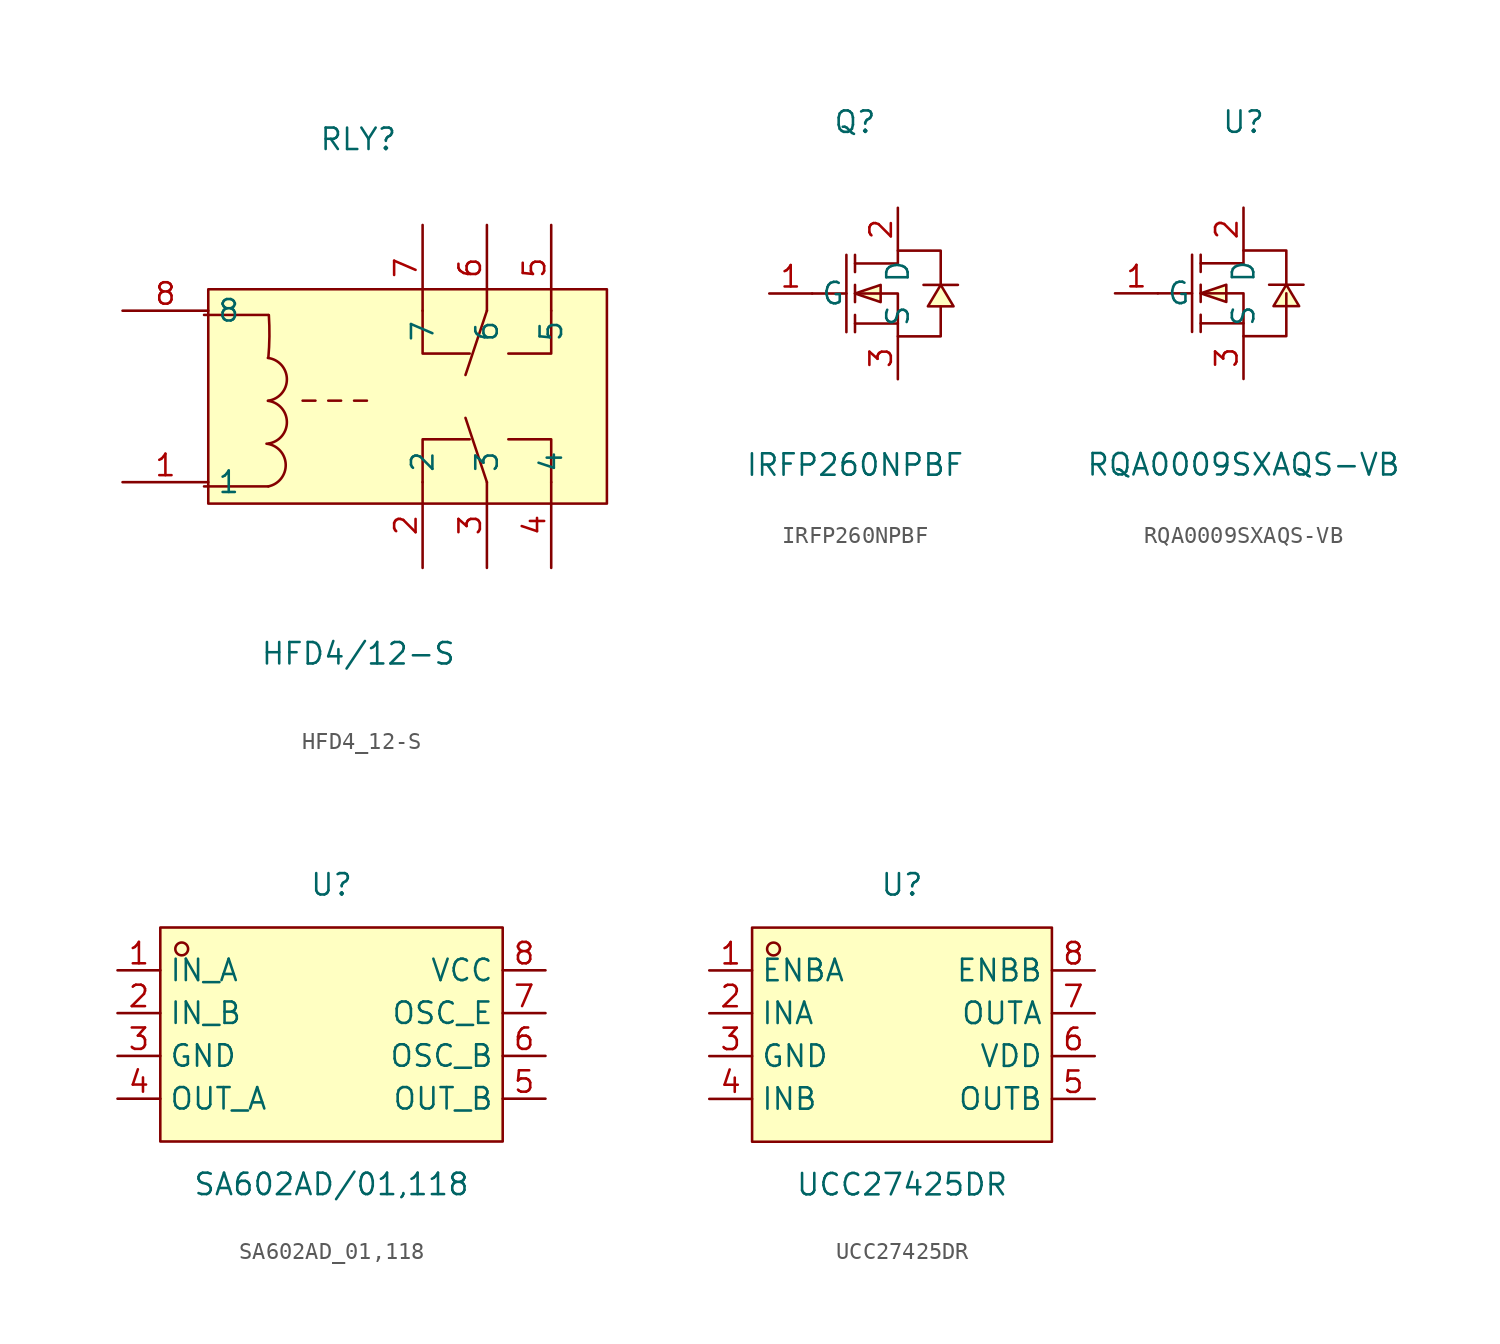
<source format=kicad_sym>
(kicad_symbol_lib
  (version 20211014)
  (generator https://github.com/uPesy/easyeda2kicad.py)
  (symbol "HFD4_12-S"
    (property "Reference" "RLY"
      (at 0 15.24 0)
      (effects (font (size 1.27 1.27))))
    (property "Value" "HFD4/12-S"
      (at 0 -15.24 0)
      (effects (font (size 1.27 1.27))))
    (symbol "HFD4_12-S_0_1"
      (rectangle (start -8.89 6.35) (end 14.73 -6.35) (stroke (width 0) (type default) (color 0 0 0 0)) (fill (type background)))
      (arc (start -5.33 -2.79) (mid -4.09 -2.18) (end -5.36 -0.26) (stroke (width 0) (type default) (color 0 0 0 0)) (fill (type none)))
      (arc (start -5.33 -0.25) (mid -4.09 0.36) (end -5.36 2.28) (stroke (width 0) (type default) (color 0 0 0 0)) (fill (type none)))
      (arc (start -5.33 2.29) (mid -5.35 2.08) (end -5.30 4.82) (stroke (width 0) (type default) (color 0 0 0 0)) (fill (type none)))
      (arc (start -5.33 -5.33) (mid -4.21 -3.23) (end -5.44 -2.80) (stroke (width 0) (type default) (color 0 0 0 0)) (fill (type none)))
      (polyline (pts (xy -5.33 2.29)) (stroke (width 0) (type default) (color 0 0 0 0)) (fill (type background)))
      (polyline (pts (xy -5.33 -0.25)) (stroke (width 0) (type default) (color 0 0 0 0)) (fill (type background)))
      (polyline (pts (xy -5.33 -2.79)) (stroke (width 0) (type default) (color 0 0 0 0)) (fill (type background)))
      (polyline (pts (xy -9.14 4.83) (xy -5.33 4.83)) (stroke (width 0) (type default) (color 0 0 0 0)) (fill (type none)))
      (polyline (pts (xy -5.33 -5.33) (xy -9.14 -5.33)) (stroke (width 0) (type default) (color 0 0 0 0)) (fill (type none)))
      (polyline (pts (xy 0.51 -0.25) (xy -0.25 -0.25)) (stroke (width 0) (type default) (color 0 0 0 0)) (fill (type none)))
      (polyline (pts (xy -2.54 -0.25) (xy -3.30 -0.25)) (stroke (width 0) (type default) (color 0 0 0 0)) (fill (type none)))
      (polyline (pts (xy -1.02 -0.25) (xy -1.78 -0.25)) (stroke (width 0) (type default) (color 0 0 0 0)) (fill (type none)))
      (polyline (pts (xy 3.81 5.08) (xy 3.81 2.54) (xy 6.60 2.54)) (stroke (width 0) (type default) (color 0 0 0 0)) (fill (type none)))
      (polyline (pts (xy 11.43 5.08) (xy 11.43 2.54) (xy 8.89 2.54)) (stroke (width 0) (type default) (color 0 0 0 0)) (fill (type none)))
      (polyline (pts (xy 3.81 -5.08) (xy 3.81 -2.54) (xy 6.60 -2.54)) (stroke (width 0) (type default) (color 0 0 0 0)) (fill (type none)))
      (polyline (pts (xy 8.89 -2.54) (xy 11.43 -2.54) (xy 11.43 -5.08)) (stroke (width 0) (type default) (color 0 0 0 0)) (fill (type none)))
      (polyline (pts (xy 7.62 -5.08) (xy 6.35 -1.27)) (stroke (width 0) (type default) (color 0 0 0 0)) (fill (type none)))
      (polyline (pts (xy 7.62 5.08) (xy 6.35 1.27)) (stroke (width 0) (type default) (color 0 0 0 0)) (fill (type none)))
      (pin unspecified line (at -13.97 -5.08 0) (length 5.08) (name "1" (effects (font (size 1.27 1.27)))) (number "1" (effects (font (size 1.27 1.27)))))
      (pin unspecified line (at -13.97 5.08 0) (length 5.08) (name "8" (effects (font (size 1.27 1.27)))) (number "8" (effects (font (size 1.27 1.27)))))
      (pin unspecified line (at 3.81 -10.16 90) (length 5.08) (name "2" (effects (font (size 1.27 1.27)))) (number "2" (effects (font (size 1.27 1.27)))))
      (pin unspecified line (at 7.62 -10.16 90) (length 5.08) (name "3" (effects (font (size 1.27 1.27)))) (number "3" (effects (font (size 1.27 1.27)))))
      (pin unspecified line (at 11.43 -10.16 90) (length 5.08) (name "4" (effects (font (size 1.27 1.27)))) (number "4" (effects (font (size 1.27 1.27)))))
      (pin unspecified line (at 11.43 10.16 270) (length 5.08) (name "5" (effects (font (size 1.27 1.27)))) (number "5" (effects (font (size 1.27 1.27)))))
      (pin unspecified line (at 7.62 10.16 270) (length 5.08) (name "6" (effects (font (size 1.27 1.27)))) (number "6" (effects (font (size 1.27 1.27)))))
      (pin unspecified line (at 3.81 10.16 270) (length 5.08) (name "7" (effects (font (size 1.27 1.27)))) (number "7" (effects (font (size 1.27 1.27)))))))
  (symbol "IRFP260NPBF"
    (property "Reference" "Q"
      (at 0 10.16 0)
      (effects (font (size 1.27 1.27))))
    (property "Value" "IRFP260NPBF"
      (at 0 -10.16 0)
      (effects (font (size 1.27 1.27))))
    (symbol "IRFP260NPBF_0_1"
      (polyline (pts (xy 0.00 1.78) (xy 2.54 1.78) (xy 2.54 2.54) (xy 5.08 2.54) (xy 5.08 0.51)) (stroke (width 0) (type default) (color 0 0 0 0)) (fill (type none)))
      (polyline (pts (xy 0.00 -0.00) (xy 2.54 -0.00) (xy 2.54 -2.54) (xy 5.08 -2.54) (xy 5.08 -0.76)) (stroke (width 0) (type default) (color 0 0 0 0)) (fill (type none)))
      (polyline (pts (xy 2.54 -1.78) (xy 0.00 -1.78)) (stroke (width 0) (type default) (color 0 0 0 0)) (fill (type none)))
      (polyline (pts (xy -0.51 2.29) (xy -0.51 -2.29)) (stroke (width 0) (type default) (color 0 0 0 0)) (fill (type none)))
      (polyline (pts (xy 0.00 2.29) (xy 0.00 1.27)) (stroke (width 0) (type default) (color 0 0 0 0)) (fill (type none)))
      (polyline (pts (xy 0.00 -0.51) (xy 0.00 0.51)) (stroke (width 0) (type default) (color 0 0 0 0)) (fill (type none)))
      (polyline (pts (xy 0.00 -2.29) (xy 0.00 -1.27)) (stroke (width 0) (type default) (color 0 0 0 0)) (fill (type none)))
      (polyline (pts (xy -2.54 -0.00) (xy -0.51 -0.00)) (stroke (width 0) (type default) (color 0 0 0 0)) (fill (type none)))
      (polyline (pts (xy 6.10 0.51) (xy 5.59 0.51) (xy 4.57 0.51) (xy 4.06 0.51)) (stroke (width 0) (type default) (color 0 0 0 0)) (fill (type none)))
      (polyline (pts (xy 0.00 -0.00) (xy 1.52 -0.51) (xy 1.52 0.51) (xy 0.00 -0.00)) (stroke (width 0) (type default) (color 0 0 0 0)) (fill (type background)))
      (polyline (pts (xy 5.08 0.51) (xy 4.32 -0.76) (xy 5.84 -0.76) (xy 5.08 0.51)) (stroke (width 0) (type default) (color 0 0 0 0)) (fill (type background)))
      (pin unspecified line (at 2.54 5.08 270) (length 2.54) (name "D" (effects (font (size 1.27 1.27)))) (number "2" (effects (font (size 1.27 1.27)))))
      (pin unspecified line (at -5.08 -0.00 0) (length 2.54) (name "G" (effects (font (size 1.27 1.27)))) (number "1" (effects (font (size 1.27 1.27)))))
      (pin unspecified line (at 2.54 -5.08 90) (length 2.54) (name "S" (effects (font (size 1.27 1.27)))) (number "3" (effects (font (size 1.27 1.27)))))))
  (symbol "RQA0009SXAQS-VB"
    (property "Reference" "U"
      (at 0 10.16 0)
      (effects (font (size 1.27 1.27))))
    (property "Value" "RQA0009SXAQS-VB"
      (at 0 -10.16 0)
      (effects (font (size 1.27 1.27))))
    (symbol "RQA0009SXAQS-VB_0_1"
      (polyline (pts (xy 3.56 0.51) (xy 3.05 0.51) (xy 2.03 0.51) (xy 1.52 0.51)) (stroke (width 0) (type default) (color 0 0 0 0)) (fill (type none)))
      (polyline (pts (xy -5.08 -0.00) (xy -3.05 -0.00)) (stroke (width 0) (type default) (color 0 0 0 0)) (fill (type none)))
      (polyline (pts (xy -2.54 -2.29) (xy -2.54 -1.27)) (stroke (width 0) (type default) (color 0 0 0 0)) (fill (type none)))
      (polyline (pts (xy -2.54 -0.51) (xy -2.54 0.51)) (stroke (width 0) (type default) (color 0 0 0 0)) (fill (type none)))
      (polyline (pts (xy -2.54 2.29) (xy -2.54 1.27)) (stroke (width 0) (type default) (color 0 0 0 0)) (fill (type none)))
      (polyline (pts (xy -3.05 2.29) (xy -3.05 -2.29)) (stroke (width 0) (type default) (color 0 0 0 0)) (fill (type none)))
      (polyline (pts (xy 0.00 -1.78) (xy -2.54 -1.78)) (stroke (width 0) (type default) (color 0 0 0 0)) (fill (type none)))
      (polyline (pts (xy -2.54 -0.00) (xy 0.00 -0.00) (xy 0.00 -2.54) (xy 2.54 -2.54) (xy 2.54 -2.54) (xy 2.54 -0.00)) (stroke (width 0) (type default) (color 0 0 0 0)) (fill (type none)))
      (polyline (pts (xy -2.54 1.78) (xy 0.00 1.78) (xy 0.00 2.54) (xy 2.54 2.54) (xy 2.54 2.54) (xy 2.54 0.51)) (stroke (width 0) (type default) (color 0 0 0 0)) (fill (type none)))
      (polyline (pts (xy 2.54 0.51) (xy 1.78 -0.76) (xy 3.30 -0.76) (xy 2.54 0.51)) (stroke (width 0) (type default) (color 0 0 0 0)) (fill (type background)))
      (polyline (pts (xy -2.54 -0.00) (xy -1.02 -0.51) (xy -1.02 0.51) (xy -2.54 -0.00)) (stroke (width 0) (type default) (color 0 0 0 0)) (fill (type background)))
      (pin unspecified line (at 0.00 -5.08 90) (length 2.54) (name "S" (effects (font (size 1.27 1.27)))) (number "3" (effects (font (size 1.27 1.27)))))
      (pin unspecified line (at -7.62 -0.00 0) (length 2.54) (name "G" (effects (font (size 1.27 1.27)))) (number "1" (effects (font (size 1.27 1.27)))))
      (pin unspecified line (at 0.00 5.08 270) (length 2.54) (name "D" (effects (font (size 1.27 1.27)))) (number "2" (effects (font (size 1.27 1.27)))))))
  (symbol "SA602AD_01,118"
    (property "Reference" "U"
      (at 0 8.89 0)
      (effects (font (size 1.27 1.27))))
    (property "Value" "SA602AD/01,118"
      (at 0 -8.89 0)
      (effects (font (size 1.27 1.27))))
    (symbol "SA602AD_01,118_0_1"
      (rectangle (start -10.16 6.35) (end 10.16 -6.35) (stroke (width 0) (type default) (color 0 0 0 0)) (fill (type background)))
      (circle (center -8.89 5.08) (radius 0.38) (stroke (width 0) (type default) (color 0 0 0 0)) (fill (type none)))
      (pin unspecified line (at -12.70 3.81 0) (length 2.54) (name "IN_A" (effects (font (size 1.27 1.27)))) (number "1" (effects (font (size 1.27 1.27)))))
      (pin unspecified line (at -12.70 1.27 0) (length 2.54) (name "IN_B" (effects (font (size 1.27 1.27)))) (number "2" (effects (font (size 1.27 1.27)))))
      (pin unspecified line (at -12.70 -1.27 0) (length 2.54) (name "GND" (effects (font (size 1.27 1.27)))) (number "3" (effects (font (size 1.27 1.27)))))
      (pin unspecified line (at -12.70 -3.81 0) (length 2.54) (name "OUT_A" (effects (font (size 1.27 1.27)))) (number "4" (effects (font (size 1.27 1.27)))))
      (pin unspecified line (at 12.70 -3.81 180) (length 2.54) (name "OUT_B" (effects (font (size 1.27 1.27)))) (number "5" (effects (font (size 1.27 1.27)))))
      (pin unspecified line (at 12.70 -1.27 180) (length 2.54) (name "OSC_B" (effects (font (size 1.27 1.27)))) (number "6" (effects (font (size 1.27 1.27)))))
      (pin unspecified line (at 12.70 1.27 180) (length 2.54) (name "OSC_E" (effects (font (size 1.27 1.27)))) (number "7" (effects (font (size 1.27 1.27)))))
      (pin unspecified line (at 12.70 3.81 180) (length 2.54) (name "VCC" (effects (font (size 1.27 1.27)))) (number "8" (effects (font (size 1.27 1.27)))))))
  (symbol "UCC27425DR"
    (property "Reference" "U"
      (at 0 8.89 0)
      (effects (font (size 1.27 1.27))))
    (property "Value" "UCC27425DR"
      (at 0 -8.89 0)
      (effects (font (size 1.27 1.27))))
    (symbol "UCC27425DR_0_1"
      (rectangle (start -8.89 6.35) (end 8.89 -6.35) (stroke (width 0) (type default) (color 0 0 0 0)) (fill (type background)))
      (circle (center -7.62 5.08) (radius 0.38) (stroke (width 0) (type default) (color 0 0 0 0)) (fill (type none)))
      (pin unspecified line (at -11.43 3.81 0) (length 2.54) (name "ENBA" (effects (font (size 1.27 1.27)))) (number "1" (effects (font (size 1.27 1.27)))))
      (pin unspecified line (at -11.43 1.27 0) (length 2.54) (name "INA" (effects (font (size 1.27 1.27)))) (number "2" (effects (font (size 1.27 1.27)))))
      (pin unspecified line (at -11.43 -1.27 0) (length 2.54) (name "GND" (effects (font (size 1.27 1.27)))) (number "3" (effects (font (size 1.27 1.27)))))
      (pin unspecified line (at -11.43 -3.81 0) (length 2.54) (name "INB" (effects (font (size 1.27 1.27)))) (number "4" (effects (font (size 1.27 1.27)))))
      (pin unspecified line (at 11.43 -3.81 180) (length 2.54) (name "OUTB" (effects (font (size 1.27 1.27)))) (number "5" (effects (font (size 1.27 1.27)))))
      (pin unspecified line (at 11.43 -1.27 180) (length 2.54) (name "VDD" (effects (font (size 1.27 1.27)))) (number "6" (effects (font (size 1.27 1.27)))))
      (pin unspecified line (at 11.43 1.27 180) (length 2.54) (name "OUTA" (effects (font (size 1.27 1.27)))) (number "7" (effects (font (size 1.27 1.27)))))
      (pin unspecified line (at 11.43 3.81 180) (length 2.54) (name "ENBB" (effects (font (size 1.27 1.27)))) (number "8" (effects (font (size 1.27 1.27))))))))
</source>
